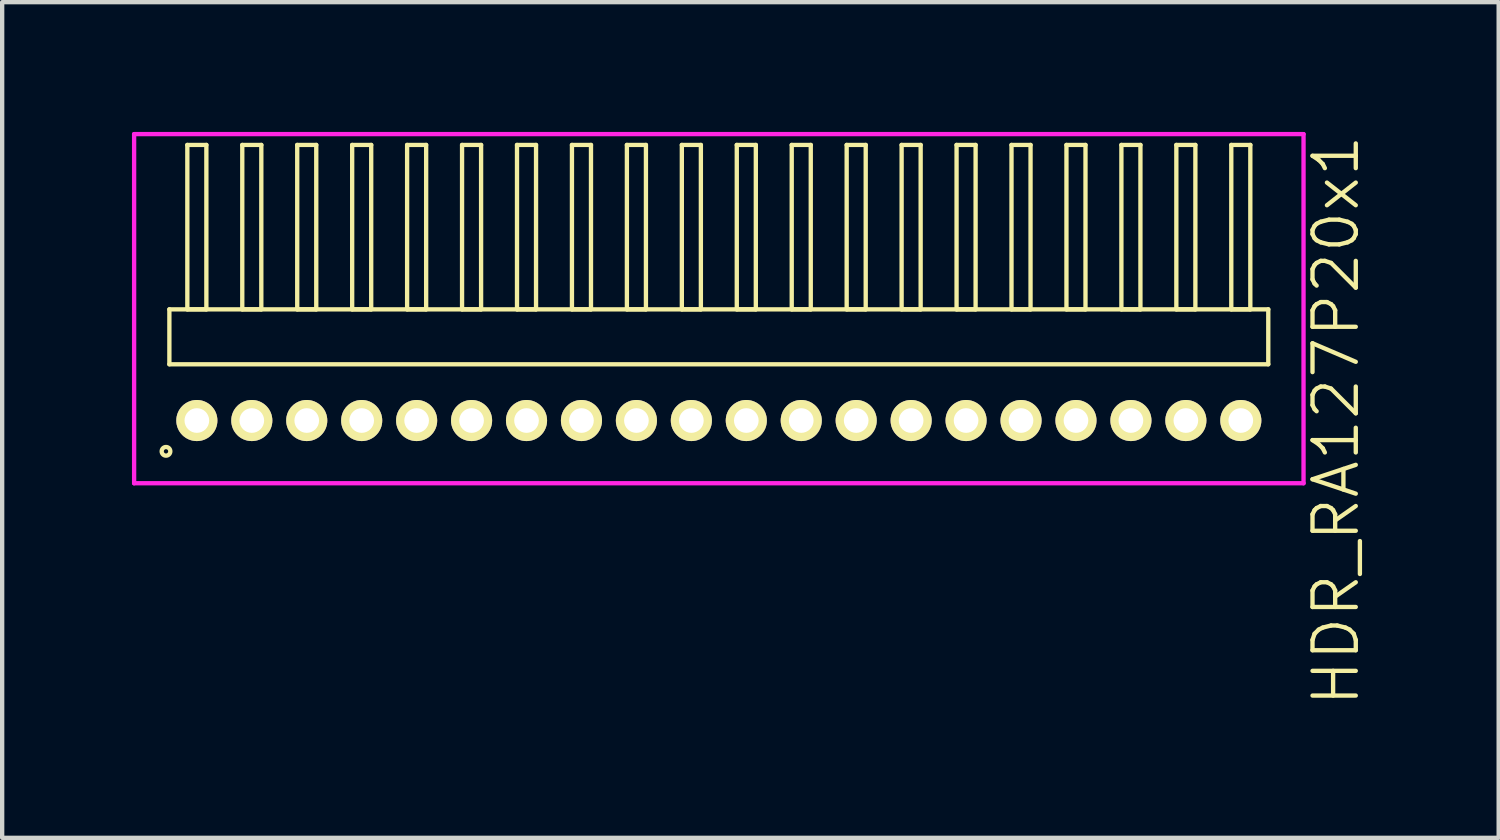
<source format=kicad_pcb>
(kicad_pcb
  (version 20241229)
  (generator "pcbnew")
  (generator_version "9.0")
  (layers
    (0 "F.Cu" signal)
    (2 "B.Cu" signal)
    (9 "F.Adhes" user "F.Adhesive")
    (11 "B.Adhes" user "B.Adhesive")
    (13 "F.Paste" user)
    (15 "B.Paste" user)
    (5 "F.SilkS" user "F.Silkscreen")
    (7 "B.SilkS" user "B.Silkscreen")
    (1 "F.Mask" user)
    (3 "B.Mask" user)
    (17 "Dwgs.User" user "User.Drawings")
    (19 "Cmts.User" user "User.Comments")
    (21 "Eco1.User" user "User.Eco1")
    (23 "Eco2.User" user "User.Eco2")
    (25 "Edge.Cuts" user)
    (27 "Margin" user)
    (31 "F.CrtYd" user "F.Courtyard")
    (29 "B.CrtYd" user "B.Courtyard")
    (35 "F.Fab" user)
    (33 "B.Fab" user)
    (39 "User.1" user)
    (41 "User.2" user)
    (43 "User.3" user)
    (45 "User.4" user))
  (footprint "HDR_RA127P20x1"
    (layer "F.Cu")
    (at 13.565 6.67)
    (property "Reference" "HDR_RA127P20x1" (at 14.265 0 90) (layer "F.SilkS") (effects (font (size 1 1) (thickness 0.1))))
    (attr through_hole)
    (fp_line (start -12.7 -2.57) (end -12.7 -1.3) (stroke (width 0.1) (type solid)) (layer "F.SilkS"))
    (fp_line (start -12.7 -1.3) (end 12.7 -1.3) (stroke (width 0.1) (type solid)) (layer "F.SilkS"))
    (fp_line (start -12.285 -6.37) (end -12.285 -2.57) (stroke (width 0.1) (type solid)) (layer "F.SilkS"))
    (fp_line (start -12.285 -2.57) (end -11.845 -2.57) (stroke (width 0.1) (type solid)) (layer "F.SilkS"))
    (fp_line (start -11.845 -6.37) (end -12.285 -6.37) (stroke (width 0.1) (type solid)) (layer "F.SilkS"))
    (fp_line (start -11.845 -2.57) (end -11.845 -6.37) (stroke (width 0.1) (type solid)) (layer "F.SilkS"))
    (fp_line (start -11.015 -6.37) (end -11.015 -2.57) (stroke (width 0.1) (type solid)) (layer "F.SilkS"))
    (fp_line (start -11.015 -2.57) (end -10.575 -2.57) (stroke (width 0.1) (type solid)) (layer "F.SilkS"))
    (fp_line (start -10.575 -6.37) (end -11.015 -6.37) (stroke (width 0.1) (type solid)) (layer "F.SilkS"))
    (fp_line (start -10.575 -2.57) (end -10.575 -6.37) (stroke (width 0.1) (type solid)) (layer "F.SilkS"))
    (fp_line (start -9.745 -6.37) (end -9.745 -2.57) (stroke (width 0.1) (type solid)) (layer "F.SilkS"))
    (fp_line (start -9.745 -2.57) (end -9.305 -2.57) (stroke (width 0.1) (type solid)) (layer "F.SilkS"))
    (fp_line (start -9.305 -6.37) (end -9.745 -6.37) (stroke (width 0.1) (type solid)) (layer "F.SilkS"))
    (fp_line (start -9.305 -2.57) (end -9.305 -6.37) (stroke (width 0.1) (type solid)) (layer "F.SilkS"))
    (fp_line (start -8.475 -6.37) (end -8.475 -2.57) (stroke (width 0.1) (type solid)) (layer "F.SilkS"))
    (fp_line (start -8.475 -2.57) (end -8.035 -2.57) (stroke (width 0.1) (type solid)) (layer "F.SilkS"))
    (fp_line (start -8.035 -6.37) (end -8.475 -6.37) (stroke (width 0.1) (type solid)) (layer "F.SilkS"))
    (fp_line (start -8.035 -2.57) (end -8.035 -6.37) (stroke (width 0.1) (type solid)) (layer "F.SilkS"))
    (fp_line (start -7.205 -6.37) (end -7.205 -2.57) (stroke (width 0.1) (type solid)) (layer "F.SilkS"))
    (fp_line (start -7.205 -2.57) (end -6.765 -2.57) (stroke (width 0.1) (type solid)) (layer "F.SilkS"))
    (fp_line (start -6.765 -6.37) (end -7.205 -6.37) (stroke (width 0.1) (type solid)) (layer "F.SilkS"))
    (fp_line (start -6.765 -2.57) (end -6.765 -6.37) (stroke (width 0.1) (type solid)) (layer "F.SilkS"))
    (fp_line (start -5.935 -6.37) (end -5.935 -2.57) (stroke (width 0.1) (type solid)) (layer "F.SilkS"))
    (fp_line (start -5.935 -2.57) (end -5.495 -2.57) (stroke (width 0.1) (type solid)) (layer "F.SilkS"))
    (fp_line (start -5.495 -6.37) (end -5.935 -6.37) (stroke (width 0.1) (type solid)) (layer "F.SilkS"))
    (fp_line (start -5.495 -2.57) (end -5.495 -6.37) (stroke (width 0.1) (type solid)) (layer "F.SilkS"))
    (fp_line (start -4.665 -6.37) (end -4.665 -2.57) (stroke (width 0.1) (type solid)) (layer "F.SilkS"))
    (fp_line (start -4.665 -2.57) (end -4.225 -2.57) (stroke (width 0.1) (type solid)) (layer "F.SilkS"))
    (fp_line (start -4.225 -6.37) (end -4.665 -6.37) (stroke (width 0.1) (type solid)) (layer "F.SilkS"))
    (fp_line (start -4.225 -2.57) (end -4.225 -6.37) (stroke (width 0.1) (type solid)) (layer "F.SilkS"))
    (fp_line (start -3.395 -6.37) (end -3.395 -2.57) (stroke (width 0.1) (type solid)) (layer "F.SilkS"))
    (fp_line (start -3.395 -2.57) (end -2.955 -2.57) (stroke (width 0.1) (type solid)) (layer "F.SilkS"))
    (fp_line (start -2.955 -6.37) (end -3.395 -6.37) (stroke (width 0.1) (type solid)) (layer "F.SilkS"))
    (fp_line (start -2.955 -2.57) (end -2.955 -6.37) (stroke (width 0.1) (type solid)) (layer "F.SilkS"))
    (fp_line (start -2.125 -6.37) (end -2.125 -2.57) (stroke (width 0.1) (type solid)) (layer "F.SilkS"))
    (fp_line (start -2.125 -2.57) (end -1.685 -2.57) (stroke (width 0.1) (type solid)) (layer "F.SilkS"))
    (fp_line (start -1.685 -6.37) (end -2.125 -6.37) (stroke (width 0.1) (type solid)) (layer "F.SilkS"))
    (fp_line (start -1.685 -2.57) (end -1.685 -6.37) (stroke (width 0.1) (type solid)) (layer "F.SilkS"))
    (fp_line (start -0.855 -6.37) (end -0.855 -2.57) (stroke (width 0.1) (type solid)) (layer "F.SilkS"))
    (fp_line (start -0.855 -2.57) (end -0.415 -2.57) (stroke (width 0.1) (type solid)) (layer "F.SilkS"))
    (fp_line (start -0.415 -6.37) (end -0.855 -6.37) (stroke (width 0.1) (type solid)) (layer "F.SilkS"))
    (fp_line (start -0.415 -2.57) (end -0.415 -6.37) (stroke (width 0.1) (type solid)) (layer "F.SilkS"))
    (fp_line (start 0.415 -6.37) (end 0.415 -2.57) (stroke (width 0.1) (type solid)) (layer "F.SilkS"))
    (fp_line (start 0.415 -2.57) (end 0.855 -2.57) (stroke (width 0.1) (type solid)) (layer "F.SilkS"))
    (fp_line (start 0.855 -6.37) (end 0.415 -6.37) (stroke (width 0.1) (type solid)) (layer "F.SilkS"))
    (fp_line (start 0.855 -2.57) (end 0.855 -6.37) (stroke (width 0.1) (type solid)) (layer "F.SilkS"))
    (fp_line (start 1.685 -6.37) (end 1.685 -2.57) (stroke (width 0.1) (type solid)) (layer "F.SilkS"))
    (fp_line (start 1.685 -2.57) (end 2.125 -2.57) (stroke (width 0.1) (type solid)) (layer "F.SilkS"))
    (fp_line (start 2.125 -6.37) (end 1.685 -6.37) (stroke (width 0.1) (type solid)) (layer "F.SilkS"))
    (fp_line (start 2.125 -2.57) (end 2.125 -6.37) (stroke (width 0.1) (type solid)) (layer "F.SilkS"))
    (fp_line (start 2.955 -6.37) (end 2.955 -2.57) (stroke (width 0.1) (type solid)) (layer "F.SilkS"))
    (fp_line (start 2.955 -2.57) (end 3.395 -2.57) (stroke (width 0.1) (type solid)) (layer "F.SilkS"))
    (fp_line (start 3.395 -6.37) (end 2.955 -6.37) (stroke (width 0.1) (type solid)) (layer "F.SilkS"))
    (fp_line (start 3.395 -2.57) (end 3.395 -6.37) (stroke (width 0.1) (type solid)) (layer "F.SilkS"))
    (fp_line (start 4.225 -6.37) (end 4.225 -2.57) (stroke (width 0.1) (type solid)) (layer "F.SilkS"))
    (fp_line (start 4.225 -2.57) (end 4.665 -2.57) (stroke (width 0.1) (type solid)) (layer "F.SilkS"))
    (fp_line (start 4.665 -6.37) (end 4.225 -6.37) (stroke (width 0.1) (type solid)) (layer "F.SilkS"))
    (fp_line (start 4.665 -2.57) (end 4.665 -6.37) (stroke (width 0.1) (type solid)) (layer "F.SilkS"))
    (fp_line (start 5.495 -6.37) (end 5.495 -2.57) (stroke (width 0.1) (type solid)) (layer "F.SilkS"))
    (fp_line (start 5.495 -2.57) (end 5.935 -2.57) (stroke (width 0.1) (type solid)) (layer "F.SilkS"))
    (fp_line (start 5.935 -6.37) (end 5.495 -6.37) (stroke (width 0.1) (type solid)) (layer "F.SilkS"))
    (fp_line (start 5.935 -2.57) (end 5.935 -6.37) (stroke (width 0.1) (type solid)) (layer "F.SilkS"))
    (fp_line (start 6.765 -6.37) (end 6.765 -2.57) (stroke (width 0.1) (type solid)) (layer "F.SilkS"))
    (fp_line (start 6.765 -2.57) (end 7.205 -2.57) (stroke (width 0.1) (type solid)) (layer "F.SilkS"))
    (fp_line (start 7.205 -6.37) (end 6.765 -6.37) (stroke (width 0.1) (type solid)) (layer "F.SilkS"))
    (fp_line (start 7.205 -2.57) (end 7.205 -6.37) (stroke (width 0.1) (type solid)) (layer "F.SilkS"))
    (fp_line (start 8.035 -6.37) (end 8.035 -2.57) (stroke (width 0.1) (type solid)) (layer "F.SilkS"))
    (fp_line (start 8.035 -2.57) (end 8.475 -2.57) (stroke (width 0.1) (type solid)) (layer "F.SilkS"))
    (fp_line (start 8.475 -6.37) (end 8.035 -6.37) (stroke (width 0.1) (type solid)) (layer "F.SilkS"))
    (fp_line (start 8.475 -2.57) (end 8.475 -6.37) (stroke (width 0.1) (type solid)) (layer "F.SilkS"))
    (fp_line (start 9.305 -6.37) (end 9.305 -2.57) (stroke (width 0.1) (type solid)) (layer "F.SilkS"))
    (fp_line (start 9.305 -2.57) (end 9.745 -2.57) (stroke (width 0.1) (type solid)) (layer "F.SilkS"))
    (fp_line (start 9.745 -6.37) (end 9.305 -6.37) (stroke (width 0.1) (type solid)) (layer "F.SilkS"))
    (fp_line (start 9.745 -2.57) (end 9.745 -6.37) (stroke (width 0.1) (type solid)) (layer "F.SilkS"))
    (fp_line (start 10.575 -6.37) (end 10.575 -2.57) (stroke (width 0.1) (type solid)) (layer "F.SilkS"))
    (fp_line (start 10.575 -2.57) (end 11.015 -2.57) (stroke (width 0.1) (type solid)) (layer "F.SilkS"))
    (fp_line (start 11.015 -6.37) (end 10.575 -6.37) (stroke (width 0.1) (type solid)) (layer "F.SilkS"))
    (fp_line (start 11.015 -2.57) (end 11.015 -6.37) (stroke (width 0.1) (type solid)) (layer "F.SilkS"))
    (fp_line (start 11.845 -6.37) (end 11.845 -2.57) (stroke (width 0.1) (type solid)) (layer "F.SilkS"))
    (fp_line (start 11.845 -2.57) (end 12.285 -2.57) (stroke (width 0.1) (type solid)) (layer "F.SilkS"))
    (fp_line (start 12.285 -6.37) (end 11.845 -6.37) (stroke (width 0.1) (type solid)) (layer "F.SilkS"))
    (fp_line (start 12.285 -2.57) (end 12.285 -6.37) (stroke (width 0.1) (type solid)) (layer "F.SilkS"))
    (fp_line (start 12.7 -2.57) (end -12.7 -2.57) (stroke (width 0.1) (type solid)) (layer "F.SilkS"))
    (fp_line (start 12.7 -1.3) (end 12.7 -2.57) (stroke (width 0.1) (type solid)) (layer "F.SilkS"))
    (fp_circle (center -12.778 0.712) (end -12.678 0.712) (stroke (width 0.1) (type solid)) (fill no) (layer "F.SilkS"))
    (fp_line (start -13.515 -6.62) (end -13.515 1.45) (stroke (width 0.1) (type solid)) (layer "F.CrtYd"))
    (fp_line (start -13.515 1.45) (end 13.515 1.45) (stroke (width 0.1) (type solid)) (layer "F.CrtYd"))
    (fp_line (start 13.515 -6.62) (end -13.515 -6.62) (stroke (width 0.1) (type solid)) (layer "F.CrtYd"))
    (fp_line (start 13.515 1.45) (end 13.515 -6.62) (stroke (width 0.1) (type solid)) (layer "F.CrtYd"))
    (pad "1" thru_hole oval (at -12.065 0) (size 0.95 0.95) (drill 0.57) (layers "*.Cu" "*.Mask" "F.SilkS"))
    (pad "2" thru_hole oval (at -10.795 0) (size 0.95 0.95) (drill 0.57) (layers "*.Cu" "*.Mask" "F.SilkS"))
    (pad "3" thru_hole oval (at -9.525 0) (size 0.95 0.95) (drill 0.57) (layers "*.Cu" "*.Mask" "F.SilkS"))
    (pad "4" thru_hole oval (at -8.255 0) (size 0.95 0.95) (drill 0.57) (layers "*.Cu" "*.Mask" "F.SilkS"))
    (pad "5" thru_hole oval (at -6.985 0) (size 0.95 0.95) (drill 0.57) (layers "*.Cu" "*.Mask" "F.SilkS"))
    (pad "6" thru_hole oval (at -5.715 0) (size 0.95 0.95) (drill 0.57) (layers "*.Cu" "*.Mask" "F.SilkS"))
    (pad "7" thru_hole oval (at -4.445 0) (size 0.95 0.95) (drill 0.57) (layers "*.Cu" "*.Mask" "F.SilkS"))
    (pad "8" thru_hole oval (at -3.175 0) (size 0.95 0.95) (drill 0.57) (layers "*.Cu" "*.Mask" "F.SilkS"))
    (pad "9" thru_hole oval (at -1.905 0) (size 0.95 0.95) (drill 0.57) (layers "*.Cu" "*.Mask" "F.SilkS"))
    (pad "10" thru_hole oval (at -0.635 0) (size 0.95 0.95) (drill 0.57) (layers "*.Cu" "*.Mask" "F.SilkS"))
    (pad "11" thru_hole oval (at 0.635 0) (size 0.95 0.95) (drill 0.57) (layers "*.Cu" "*.Mask" "F.SilkS"))
    (pad "12" thru_hole oval (at 1.905 0) (size 0.95 0.95) (drill 0.57) (layers "*.Cu" "*.Mask" "F.SilkS"))
    (pad "13" thru_hole oval (at 3.175 0) (size 0.95 0.95) (drill 0.57) (layers "*.Cu" "*.Mask" "F.SilkS"))
    (pad "14" thru_hole oval (at 4.445 0) (size 0.95 0.95) (drill 0.57) (layers "*.Cu" "*.Mask" "F.SilkS"))
    (pad "15" thru_hole oval (at 5.715 0) (size 0.95 0.95) (drill 0.57) (layers "*.Cu" "*.Mask" "F.SilkS"))
    (pad "16" thru_hole oval (at 6.985 0) (size 0.95 0.95) (drill 0.57) (layers "*.Cu" "*.Mask" "F.SilkS"))
    (pad "17" thru_hole oval (at 8.255 0) (size 0.95 0.95) (drill 0.57) (layers "*.Cu" "*.Mask" "F.SilkS"))
    (pad "18" thru_hole oval (at 9.525 0) (size 0.95 0.95) (drill 0.57) (layers "*.Cu" "*.Mask" "F.SilkS"))
    (pad "19" thru_hole oval (at 10.795 0) (size 0.95 0.95) (drill 0.57) (layers "*.Cu" "*.Mask" "F.SilkS"))
    (pad "20" thru_hole oval (at 12.065 0) (size 0.95 0.95) (drill 0.57) (layers "*.Cu" "*.Mask" "F.SilkS")))
  (gr_rect
    (start -3 -3)
    (end 31.59 16.315)
    (stroke (width 0.1) (type default))
    (fill no)
    (layer "Edge.Cuts")))
</source>
